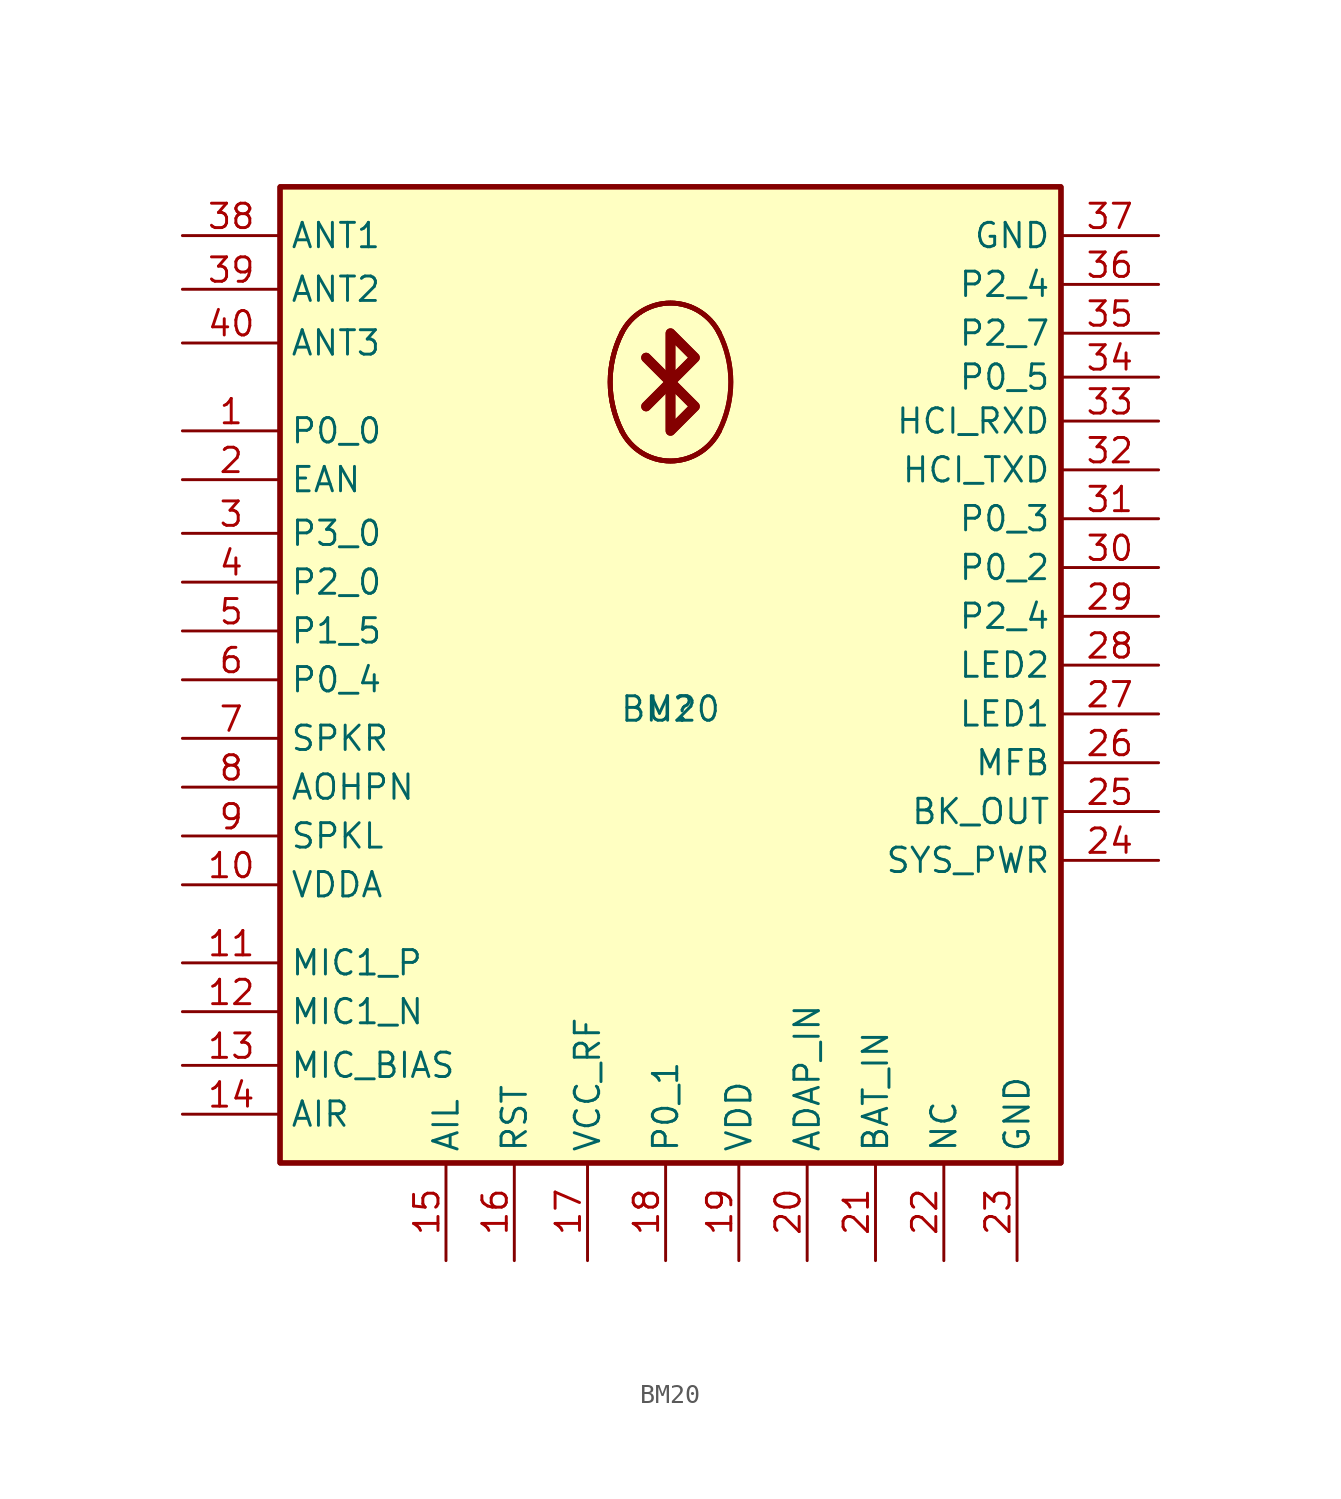
<source format=kicad_sym>
(kicad_symbol_lib
  (version 20211014)
  (generator kicad_symbol_editor)
  (symbol "BM20"
    (property "Reference" "U"
      (at 0 0 0)
      (effects (font (size 1.27 1.27))))
    (property "Value" "BM20"
      (at 0 0 0)
      (effects (font (size 1.27 1.27))))
    (symbol "BM20_0_1"
      (rectangle (start -20.32 27.178) (end 20.32 -23.622) (stroke (width 0.254) (type default) (color 0 0 0 0)) (fill (type background)))
      (rectangle (start -20.32 27.178) (end 20.32 -23.622) (stroke (width 0.254) (type default) (color 0 0 0 0)) (fill (type background)))
      (rectangle (start -20.32 27.178) (end 20.32 -23.622) (stroke (width 0.254) (type default) (color 0 0 0 0)) (fill (type background)))
      (arc (start -2.54 14.478) (mid 0 12.9082) (end 2.54 14.478) (stroke (width 0.254) (type default) (color 0 0 0 0)) (fill (type background)))
      (arc (start -2.54 14.478) (mid 0 12.9082) (end 2.54 14.478) (stroke (width 0.254) (type default) (color 0 0 0 0)) (fill (type background)))
      (arc (start -2.54 14.478) (mid 0 12.9082) (end 2.54 14.478) (stroke (width 0.254) (type default) (color 0 0 0 0)) (fill (type background)))
      (arc (start -2.54 19.558) (mid -3.1396 17.018) (end -2.54 14.478) (stroke (width 0.254) (type default) (color 0 0 0 0)) (fill (type background)))
      (arc (start -2.54 19.558) (mid -3.1396 17.018) (end -2.54 14.478) (stroke (width 0.254) (type default) (color 0 0 0 0)) (fill (type background)))
      (arc (start -2.54 19.558) (mid -3.1396 17.018) (end -2.54 14.478) (stroke (width 0.254) (type default) (color 0 0 0 0)) (fill (type background)))
      (polyline (pts (xy 0 17.018) (xy -1.27 15.748)) (stroke (width 0.508) (type default) (color 0 0 0 0)) (fill (type none)))
      (polyline (pts (xy 0 17.018) (xy -1.27 15.748)) (stroke (width 0.508) (type default) (color 0 0 0 0)) (fill (type none)))
      (polyline (pts (xy 0 17.018) (xy -1.27 18.288)) (stroke (width 0.508) (type default) (color 0 0 0 0)) (fill (type none)))
      (polyline (pts (xy 0 17.018) (xy -1.27 18.288)) (stroke (width 0.508) (type default) (color 0 0 0 0)) (fill (type none)))
      (polyline (pts (xy 0 19.558) (xy 1.27 18.288) (xy 0 17.018) (xy 1.27 15.748) (xy 0 14.478) (xy 0 19.558)) (stroke (width 0.508) (type default) (color 0 0 0 0)) (fill (type none)))
      (polyline (pts (xy 0 19.558) (xy 1.27 18.288) (xy 0 17.018) (xy 1.27 15.748) (xy 0 14.478) (xy 0 19.558)) (stroke (width 0.508) (type default) (color 0 0 0 0)) (fill (type none)))
      (arc (start 2.54 14.478) (mid 3.1396 17.018) (end 2.54 19.558) (stroke (width 0.254) (type default) (color 0 0 0 0)) (fill (type background)))
      (arc (start 2.54 14.478) (mid 3.1396 17.018) (end 2.54 19.558) (stroke (width 0.254) (type default) (color 0 0 0 0)) (fill (type background)))
      (arc (start 2.54 19.558) (mid 0 21.1278) (end -2.54 19.558) (stroke (width 0.254) (type default) (color 0 0 0 0)) (fill (type background)))
      (arc (start 2.54 19.558) (mid 0 21.1278) (end -2.54 19.558) (stroke (width 0.254) (type default) (color 0 0 0 0)) (fill (type background)))
      (arc (start 2.54 19.558) (mid 0 21.1278) (end -2.54 19.558) (stroke (width 0.254) (type default) (color 0 0 0 0)) (fill (type background))))
    (symbol "BM20_1_1"
      (pin input line (at -25.4 14.478 0) (length 5.08) (name "P0_0" (effects (font (size 1.27 1.27)))) (number "1" (effects (font (size 1.27 1.27)))))
      (pin input line (at -25.4 -9.144 0) (length 5.08) (name "VDDA" (effects (font (size 1.27 1.27)))) (number "10" (effects (font (size 1.27 1.27)))))
      (pin bidirectional line (at -25.4 -13.208 0) (length 5.08) (name "MIC1_P" (effects (font (size 1.27 1.27)))) (number "11" (effects (font (size 1.27 1.27)))))
      (pin bidirectional line (at -25.4 -15.748 0) (length 5.08) (name "MIC1_N" (effects (font (size 1.27 1.27)))) (number "12" (effects (font (size 1.27 1.27)))))
      (pin bidirectional line (at -25.4 -18.542 0) (length 5.08) (name "MIC_BIAS" (effects (font (size 1.27 1.27)))) (number "13" (effects (font (size 1.27 1.27)))))
      (pin bidirectional line (at -25.4 -21.082 0) (length 5.08) (name "AIR" (effects (font (size 1.27 1.27)))) (number "14" (effects (font (size 1.27 1.27)))))
      (pin power_in line (at -11.684 -28.702 90) (length 5.08) (name "AIL" (effects (font (size 1.27 1.27)))) (number "15" (effects (font (size 1.27 1.27)))))
      (pin power_in line (at -8.128 -28.702 90) (length 5.08) (name "RST" (effects (font (size 1.27 1.27)))) (number "16" (effects (font (size 1.27 1.27)))))
      (pin power_in line (at -4.318 -28.702 90) (length 5.08) (name "VCC_RF" (effects (font (size 1.27 1.27)))) (number "17" (effects (font (size 1.27 1.27)))))
      (pin power_in line (at -0.254 -28.702 90) (length 5.08) (name "P0_1" (effects (font (size 1.27 1.27)))) (number "18" (effects (font (size 1.27 1.27)))))
      (pin power_in line (at 3.556 -28.702 90) (length 5.08) (name "VDD" (effects (font (size 1.27 1.27)))) (number "19" (effects (font (size 1.27 1.27)))))
      (pin bidirectional line (at -25.4 11.938 0) (length 5.08) (name "EAN" (effects (font (size 1.27 1.27)))) (number "2" (effects (font (size 1.27 1.27)))))
      (pin power_in line (at 7.112 -28.702 90) (length 5.08) (name "ADAP_IN" (effects (font (size 1.27 1.27)))) (number "20" (effects (font (size 1.27 1.27)))))
      (pin power_in line (at 10.668 -28.702 90) (length 5.08) (name "BAT_IN" (effects (font (size 1.27 1.27)))) (number "21" (effects (font (size 1.27 1.27)))))
      (pin power_in line (at 14.224 -28.702 90) (length 5.08) (name "NC" (effects (font (size 1.27 1.27)))) (number "22" (effects (font (size 1.27 1.27)))))
      (pin power_in line (at 18.034 -28.702 90) (length 5.08) (name "GND" (effects (font (size 1.27 1.27)))) (number "23" (effects (font (size 1.27 1.27)))))
      (pin bidirectional line (at 25.4 -7.874 180) (length 5.08) (name "SYS_PWR" (effects (font (size 1.27 1.27)))) (number "24" (effects (font (size 1.27 1.27)))))
      (pin bidirectional line (at 25.4 -5.334 180) (length 5.08) (name "BK_OUT" (effects (font (size 1.27 1.27)))) (number "25" (effects (font (size 1.27 1.27)))))
      (pin bidirectional line (at 25.4 -2.794 180) (length 5.08) (name "MFB" (effects (font (size 1.27 1.27)))) (number "26" (effects (font (size 1.27 1.27)))))
      (pin bidirectional line (at 25.4 -0.254 180) (length 5.08) (name "LED1" (effects (font (size 1.27 1.27)))) (number "27" (effects (font (size 1.27 1.27)))))
      (pin bidirectional line (at 25.4 2.286 180) (length 5.08) (name "LED2" (effects (font (size 1.27 1.27)))) (number "28" (effects (font (size 1.27 1.27)))))
      (pin bidirectional line (at 25.4 4.826 180) (length 5.08) (name "P2_4" (effects (font (size 1.27 1.27)))) (number "29" (effects (font (size 1.27 1.27)))))
      (pin output line (at -25.4 9.144 0) (length 5.08) (name "P3_0" (effects (font (size 1.27 1.27)))) (number "3" (effects (font (size 1.27 1.27)))))
      (pin bidirectional line (at 25.4 7.366 180) (length 5.08) (name "P0_2" (effects (font (size 1.27 1.27)))) (number "30" (effects (font (size 1.27 1.27)))))
      (pin bidirectional line (at 25.4 9.906 180) (length 5.08) (name "P0_3" (effects (font (size 1.27 1.27)))) (number "31" (effects (font (size 1.27 1.27)))))
      (pin bidirectional line (at 25.4 12.446 180) (length 5.08) (name "HCI_TXD" (effects (font (size 1.27 1.27)))) (number "32" (effects (font (size 1.27 1.27)))))
      (pin bidirectional line (at 25.4 14.986 180) (length 5.08) (name "HCI_RXD" (effects (font (size 1.27 1.27)))) (number "33" (effects (font (size 1.27 1.27)))))
      (pin power_in line (at 25.4 17.272 180) (length 5.08) (name "P0_5" (effects (font (size 1.27 1.27)))) (number "34" (effects (font (size 1.27 1.27)))))
      (pin power_in line (at 25.4 19.558 180) (length 5.08) (name "P2_7" (effects (font (size 1.27 1.27)))) (number "35" (effects (font (size 1.27 1.27)))))
      (pin power_in line (at 25.4 22.098 180) (length 5.08) (name "P2_4" (effects (font (size 1.27 1.27)))) (number "36" (effects (font (size 1.27 1.27)))))
      (pin power_in line (at 25.4 24.638 180) (length 5.08) (name "GND" (effects (font (size 1.27 1.27)))) (number "37" (effects (font (size 1.27 1.27)))))
      (pin input line (at -25.4 24.638 0) (length 5.08) (name "ANT1" (effects (font (size 1.27 1.27)))) (number "38" (effects (font (size 1.27 1.27)))))
      (pin input line (at -25.4 21.844 0) (length 5.08) (name "ANT2" (effects (font (size 1.27 1.27)))) (number "39" (effects (font (size 1.27 1.27)))))
      (pin input line (at -25.4 6.604 0) (length 5.08) (name "P2_0" (effects (font (size 1.27 1.27)))) (number "4" (effects (font (size 1.27 1.27)))))
      (pin output line (at -25.4 19.05 0) (length 5.08) (name "ANT3" (effects (font (size 1.27 1.27)))) (number "40" (effects (font (size 1.27 1.27)))))
      (pin input line (at -25.4 4.064 0) (length 5.08) (name "P1_5" (effects (font (size 1.27 1.27)))) (number "5" (effects (font (size 1.27 1.27)))))
      (pin input line (at -25.4 1.524 0) (length 5.08) (name "P0_4" (effects (font (size 1.27 1.27)))) (number "6" (effects (font (size 1.27 1.27)))))
      (pin input line (at -25.4 -1.524 0) (length 5.08) (name "SPKR" (effects (font (size 1.27 1.27)))) (number "7" (effects (font (size 1.27 1.27)))))
      (pin output line (at -25.4 -4.064 0) (length 5.08) (name "AOHPN" (effects (font (size 1.27 1.27)))) (number "8" (effects (font (size 1.27 1.27)))))
      (pin output line (at -25.4 -6.604 0) (length 5.08) (name "SPKL" (effects (font (size 1.27 1.27)))) (number "9" (effects (font (size 1.27 1.27))))))))
</source>
